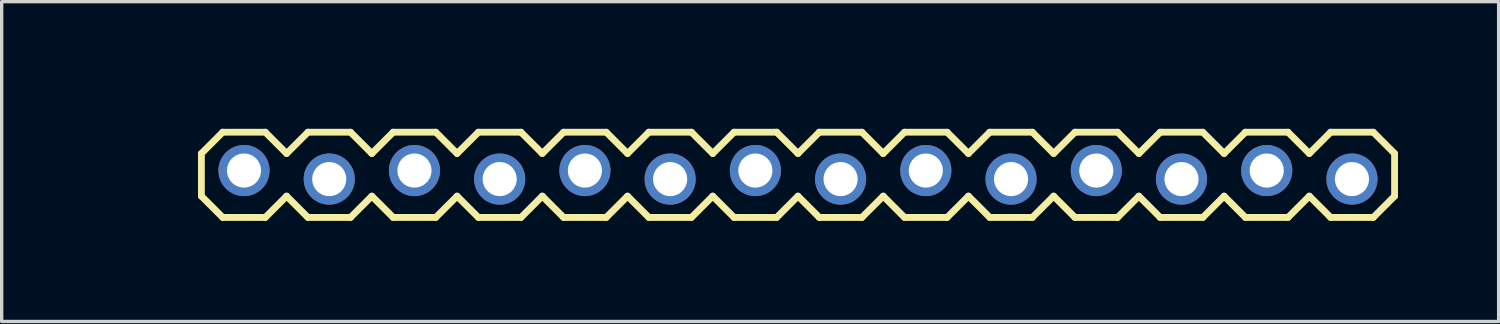
<source format=kicad_pcb>
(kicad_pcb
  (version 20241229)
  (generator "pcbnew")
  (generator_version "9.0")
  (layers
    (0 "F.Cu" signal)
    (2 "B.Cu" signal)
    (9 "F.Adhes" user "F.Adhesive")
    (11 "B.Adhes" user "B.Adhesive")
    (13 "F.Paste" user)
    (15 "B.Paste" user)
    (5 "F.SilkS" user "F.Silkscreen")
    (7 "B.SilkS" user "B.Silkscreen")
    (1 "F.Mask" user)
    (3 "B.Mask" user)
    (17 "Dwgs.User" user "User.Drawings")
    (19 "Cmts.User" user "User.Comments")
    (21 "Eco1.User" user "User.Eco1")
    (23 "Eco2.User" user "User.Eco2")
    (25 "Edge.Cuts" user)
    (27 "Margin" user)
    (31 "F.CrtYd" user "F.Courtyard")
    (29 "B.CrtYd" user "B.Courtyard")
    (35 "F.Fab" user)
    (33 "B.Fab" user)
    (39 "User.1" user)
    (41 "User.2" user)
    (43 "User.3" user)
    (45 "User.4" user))
  (footprint "1X14_LOCK"
    (layer "F.Cu")
    (at 4.222 2.16)
    (property "Reference" "1X14_LOCK" (at 1.194 -1.194 0) (layer "Eco1.User") (effects (font (size 1.27 1.27) (thickness 0.127))))
    (attr through_hole)
    (fp_line (start -1.27 -0.635) (end -1.27 0.635) (stroke (width 0.203) (type solid)) (layer "F.SilkS"))
    (fp_line (start -1.27 0.635) (end -0.635 1.27) (stroke (width 0.203) (type solid)) (layer "F.SilkS"))
    (fp_line (start -0.635 -1.27) (end -1.27 -0.635) (stroke (width 0.203) (type solid)) (layer "F.SilkS"))
    (fp_line (start -0.635 -1.27) (end 0.635 -1.27) (stroke (width 0.203) (type solid)) (layer "F.SilkS"))
    (fp_line (start 0.635 -1.27) (end 1.27 -0.635) (stroke (width 0.203) (type solid)) (layer "F.SilkS"))
    (fp_line (start 0.635 1.27) (end -0.635 1.27) (stroke (width 0.203) (type solid)) (layer "F.SilkS"))
    (fp_line (start 1.27 -0.635) (end 1.905 -1.27) (stroke (width 0.203) (type solid)) (layer "F.SilkS"))
    (fp_line (start 1.27 0.635) (end 0.635 1.27) (stroke (width 0.203) (type solid)) (layer "F.SilkS"))
    (fp_line (start 1.905 -1.27) (end 3.175 -1.27) (stroke (width 0.203) (type solid)) (layer "F.SilkS"))
    (fp_line (start 1.905 1.27) (end 1.27 0.635) (stroke (width 0.203) (type solid)) (layer "F.SilkS"))
    (fp_line (start 3.175 -1.27) (end 3.81 -0.635) (stroke (width 0.203) (type solid)) (layer "F.SilkS"))
    (fp_line (start 3.175 1.27) (end 1.905 1.27) (stroke (width 0.203) (type solid)) (layer "F.SilkS"))
    (fp_line (start 3.81 -0.635) (end 4.445 -1.27) (stroke (width 0.203) (type solid)) (layer "F.SilkS"))
    (fp_line (start 3.81 0.635) (end 3.175 1.27) (stroke (width 0.203) (type solid)) (layer "F.SilkS"))
    (fp_line (start 4.445 -1.27) (end 5.715 -1.27) (stroke (width 0.203) (type solid)) (layer "F.SilkS"))
    (fp_line (start 4.445 1.27) (end 3.81 0.635) (stroke (width 0.203) (type solid)) (layer "F.SilkS"))
    (fp_line (start 5.715 -1.27) (end 6.35 -0.635) (stroke (width 0.203) (type solid)) (layer "F.SilkS"))
    (fp_line (start 5.715 1.27) (end 4.445 1.27) (stroke (width 0.203) (type solid)) (layer "F.SilkS"))
    (fp_line (start 6.35 0.635) (end 5.715 1.27) (stroke (width 0.203) (type solid)) (layer "F.SilkS"))
    (fp_line (start 6.35 0.635) (end 6.985 1.27) (stroke (width 0.203) (type solid)) (layer "F.SilkS"))
    (fp_line (start 6.985 -1.27) (end 6.35 -0.635) (stroke (width 0.203) (type solid)) (layer "F.SilkS"))
    (fp_line (start 6.985 -1.27) (end 8.255 -1.27) (stroke (width 0.203) (type solid)) (layer "F.SilkS"))
    (fp_line (start 8.255 -1.27) (end 8.89 -0.635) (stroke (width 0.203) (type solid)) (layer "F.SilkS"))
    (fp_line (start 8.255 1.27) (end 6.985 1.27) (stroke (width 0.203) (type solid)) (layer "F.SilkS"))
    (fp_line (start 8.89 -0.635) (end 9.525 -1.27) (stroke (width 0.203) (type solid)) (layer "F.SilkS"))
    (fp_line (start 8.89 0.635) (end 8.255 1.27) (stroke (width 0.203) (type solid)) (layer "F.SilkS"))
    (fp_line (start 9.525 -1.27) (end 10.795 -1.27) (stroke (width 0.203) (type solid)) (layer "F.SilkS"))
    (fp_line (start 9.525 1.27) (end 8.89 0.635) (stroke (width 0.203) (type solid)) (layer "F.SilkS"))
    (fp_line (start 10.795 -1.27) (end 11.43 -0.635) (stroke (width 0.203) (type solid)) (layer "F.SilkS"))
    (fp_line (start 10.795 1.27) (end 9.525 1.27) (stroke (width 0.203) (type solid)) (layer "F.SilkS"))
    (fp_line (start 11.43 -0.635) (end 12.065 -1.27) (stroke (width 0.203) (type solid)) (layer "F.SilkS"))
    (fp_line (start 11.43 0.635) (end 10.795 1.27) (stroke (width 0.203) (type solid)) (layer "F.SilkS"))
    (fp_line (start 12.065 -1.27) (end 13.335 -1.27) (stroke (width 0.203) (type solid)) (layer "F.SilkS"))
    (fp_line (start 12.065 1.27) (end 11.43 0.635) (stroke (width 0.203) (type solid)) (layer "F.SilkS"))
    (fp_line (start 13.335 -1.27) (end 13.97 -0.635) (stroke (width 0.203) (type solid)) (layer "F.SilkS"))
    (fp_line (start 13.335 1.27) (end 12.065 1.27) (stroke (width 0.203) (type solid)) (layer "F.SilkS"))
    (fp_line (start 13.97 0.635) (end 13.335 1.27) (stroke (width 0.203) (type solid)) (layer "F.SilkS"))
    (fp_line (start 13.97 0.635) (end 14.605 1.27) (stroke (width 0.203) (type solid)) (layer "F.SilkS"))
    (fp_line (start 14.605 -1.27) (end 13.97 -0.635) (stroke (width 0.203) (type solid)) (layer "F.SilkS"))
    (fp_line (start 14.605 -1.27) (end 15.875 -1.27) (stroke (width 0.203) (type solid)) (layer "F.SilkS"))
    (fp_line (start 15.875 -1.27) (end 16.51 -0.635) (stroke (width 0.203) (type solid)) (layer "F.SilkS"))
    (fp_line (start 15.875 1.27) (end 14.605 1.27) (stroke (width 0.203) (type solid)) (layer "F.SilkS"))
    (fp_line (start 16.51 0.635) (end 15.875 1.27) (stroke (width 0.203) (type solid)) (layer "F.SilkS"))
    (fp_line (start 16.51 0.635) (end 17.145 1.27) (stroke (width 0.203) (type solid)) (layer "F.SilkS"))
    (fp_line (start 17.145 -1.27) (end 16.51 -0.635) (stroke (width 0.203) (type solid)) (layer "F.SilkS"))
    (fp_line (start 17.145 -1.27) (end 18.415 -1.27) (stroke (width 0.203) (type solid)) (layer "F.SilkS"))
    (fp_line (start 18.415 -1.27) (end 19.05 -0.635) (stroke (width 0.203) (type solid)) (layer "F.SilkS"))
    (fp_line (start 18.415 1.27) (end 17.145 1.27) (stroke (width 0.203) (type solid)) (layer "F.SilkS"))
    (fp_line (start 19.05 -0.635) (end 19.685 -1.27) (stroke (width 0.203) (type solid)) (layer "F.SilkS"))
    (fp_line (start 19.05 0.635) (end 18.415 1.27) (stroke (width 0.203) (type solid)) (layer "F.SilkS"))
    (fp_line (start 19.685 -1.27) (end 20.955 -1.27) (stroke (width 0.203) (type solid)) (layer "F.SilkS"))
    (fp_line (start 19.685 1.27) (end 19.05 0.635) (stroke (width 0.203) (type solid)) (layer "F.SilkS"))
    (fp_line (start 20.955 -1.27) (end 21.59 -0.635) (stroke (width 0.203) (type solid)) (layer "F.SilkS"))
    (fp_line (start 20.955 1.27) (end 19.685 1.27) (stroke (width 0.203) (type solid)) (layer "F.SilkS"))
    (fp_line (start 21.59 -0.635) (end 22.225 -1.27) (stroke (width 0.203) (type solid)) (layer "F.SilkS"))
    (fp_line (start 21.59 0.635) (end 20.955 1.27) (stroke (width 0.203) (type solid)) (layer "F.SilkS"))
    (fp_line (start 22.225 -1.27) (end 23.495 -1.27) (stroke (width 0.203) (type solid)) (layer "F.SilkS"))
    (fp_line (start 22.225 1.27) (end 21.59 0.635) (stroke (width 0.203) (type solid)) (layer "F.SilkS"))
    (fp_line (start 23.495 -1.27) (end 24.13 -0.635) (stroke (width 0.203) (type solid)) (layer "F.SilkS"))
    (fp_line (start 23.495 1.27) (end 22.225 1.27) (stroke (width 0.203) (type solid)) (layer "F.SilkS"))
    (fp_line (start 24.13 0.635) (end 23.495 1.27) (stroke (width 0.203) (type solid)) (layer "F.SilkS"))
    (fp_line (start 24.13 0.635) (end 24.765 1.27) (stroke (width 0.203) (type solid)) (layer "F.SilkS"))
    (fp_line (start 24.765 -1.27) (end 24.13 -0.635) (stroke (width 0.203) (type solid)) (layer "F.SilkS"))
    (fp_line (start 24.765 -1.27) (end 26.035 -1.27) (stroke (width 0.203) (type solid)) (layer "F.SilkS"))
    (fp_line (start 26.035 -1.27) (end 26.67 -0.635) (stroke (width 0.203) (type solid)) (layer "F.SilkS"))
    (fp_line (start 26.035 1.27) (end 24.765 1.27) (stroke (width 0.203) (type solid)) (layer "F.SilkS"))
    (fp_line (start 26.67 -0.635) (end 27.305 -1.27) (stroke (width 0.203) (type solid)) (layer "F.SilkS"))
    (fp_line (start 26.67 0.635) (end 26.035 1.27) (stroke (width 0.203) (type solid)) (layer "F.SilkS"))
    (fp_line (start 27.305 -1.27) (end 28.575 -1.27) (stroke (width 0.203) (type solid)) (layer "F.SilkS"))
    (fp_line (start 27.305 1.27) (end 26.67 0.635) (stroke (width 0.203) (type solid)) (layer "F.SilkS"))
    (fp_line (start 28.575 -1.27) (end 29.21 -0.635) (stroke (width 0.203) (type solid)) (layer "F.SilkS"))
    (fp_line (start 28.575 1.27) (end 27.305 1.27) (stroke (width 0.203) (type solid)) (layer "F.SilkS"))
    (fp_line (start 29.21 -0.635) (end 29.845 -1.27) (stroke (width 0.203) (type solid)) (layer "F.SilkS"))
    (fp_line (start 29.21 0.635) (end 28.575 1.27) (stroke (width 0.203) (type solid)) (layer "F.SilkS"))
    (fp_line (start 29.845 -1.27) (end 31.115 -1.27) (stroke (width 0.203) (type solid)) (layer "F.SilkS"))
    (fp_line (start 29.845 1.27) (end 29.21 0.635) (stroke (width 0.203) (type solid)) (layer "F.SilkS"))
    (fp_line (start 31.115 -1.27) (end 31.75 -0.635) (stroke (width 0.203) (type solid)) (layer "F.SilkS"))
    (fp_line (start 31.115 1.27) (end 29.845 1.27) (stroke (width 0.203) (type solid)) (layer "F.SilkS"))
    (fp_line (start 31.75 0.635) (end 31.115 1.27) (stroke (width 0.203) (type solid)) (layer "F.SilkS"))
    (fp_line (start 31.75 0.635) (end 32.385 1.27) (stroke (width 0.203) (type solid)) (layer "F.SilkS"))
    (fp_line (start 32.385 -1.27) (end 31.75 -0.635) (stroke (width 0.203) (type solid)) (layer "F.SilkS"))
    (fp_line (start 32.385 -1.27) (end 33.655 -1.27) (stroke (width 0.203) (type solid)) (layer "F.SilkS"))
    (fp_line (start 33.655 -1.27) (end 34.29 -0.635) (stroke (width 0.203) (type solid)) (layer "F.SilkS"))
    (fp_line (start 33.655 1.27) (end 32.385 1.27) (stroke (width 0.203) (type solid)) (layer "F.SilkS"))
    (fp_line (start 34.29 -0.635) (end 34.29 0.635) (stroke (width 0.203) (type solid)) (layer "F.SilkS"))
    (fp_line (start 34.29 0.635) (end 33.655 1.27) (stroke (width 0.203) (type solid)) (layer "F.SilkS"))
    (pad "1" thru_hole oval (at 0 -0.127 90) (size 1.524 1.524) (drill 1.016) (layers "*.Cu" "*.Mask"))
    (pad "2" thru_hole oval (at 2.54 0.127 90) (size 1.524 1.524) (drill 1.016) (layers "*.Cu" "*.Mask"))
    (pad "3" thru_hole oval (at 5.08 -0.127 90) (size 1.524 1.524) (drill 1.016) (layers "*.Cu" "*.Mask"))
    (pad "4" thru_hole oval (at 7.62 0.127 90) (size 1.524 1.524) (drill 1.016) (layers "*.Cu" "*.Mask"))
    (pad "5" thru_hole oval (at 10.16 -0.127 90) (size 1.524 1.524) (drill 1.016) (layers "*.Cu" "*.Mask"))
    (pad "6" thru_hole oval (at 12.7 0.127 90) (size 1.524 1.524) (drill 1.016) (layers "*.Cu" "*.Mask"))
    (pad "7" thru_hole oval (at 15.24 -0.127 90) (size 1.524 1.524) (drill 1.016) (layers "*.Cu" "*.Mask"))
    (pad "8" thru_hole oval (at 17.78 0.127 90) (size 1.524 1.524) (drill 1.016) (layers "*.Cu" "*.Mask"))
    (pad "9" thru_hole oval (at 20.32 -0.127 90) (size 1.524 1.524) (drill 1.016) (layers "*.Cu" "*.Mask"))
    (pad "10" thru_hole oval (at 22.86 0.127 90) (size 1.524 1.524) (drill 1.016) (layers "*.Cu" "*.Mask"))
    (pad "11" thru_hole oval (at 25.4 -0.127 90) (size 1.524 1.524) (drill 1.016) (layers "*.Cu" "*.Mask"))
    (pad "12" thru_hole oval (at 27.94 0.127 90) (size 1.524 1.524) (drill 1.016) (layers "*.Cu" "*.Mask"))
    (pad "13" thru_hole oval (at 30.48 -0.127 90) (size 1.524 1.524) (drill 1.016) (layers "*.Cu" "*.Mask"))
    (pad "14" thru_hole oval (at 33.02 0.127 90) (size 1.524 1.524) (drill 1.016) (layers "*.Cu" "*.Mask")))
  (gr_rect
    (start -3 -3)
    (end 41.613 6.531)
    (stroke (width 0.1) (type default))
    (fill no)
    (layer "Edge.Cuts")))
</source>
